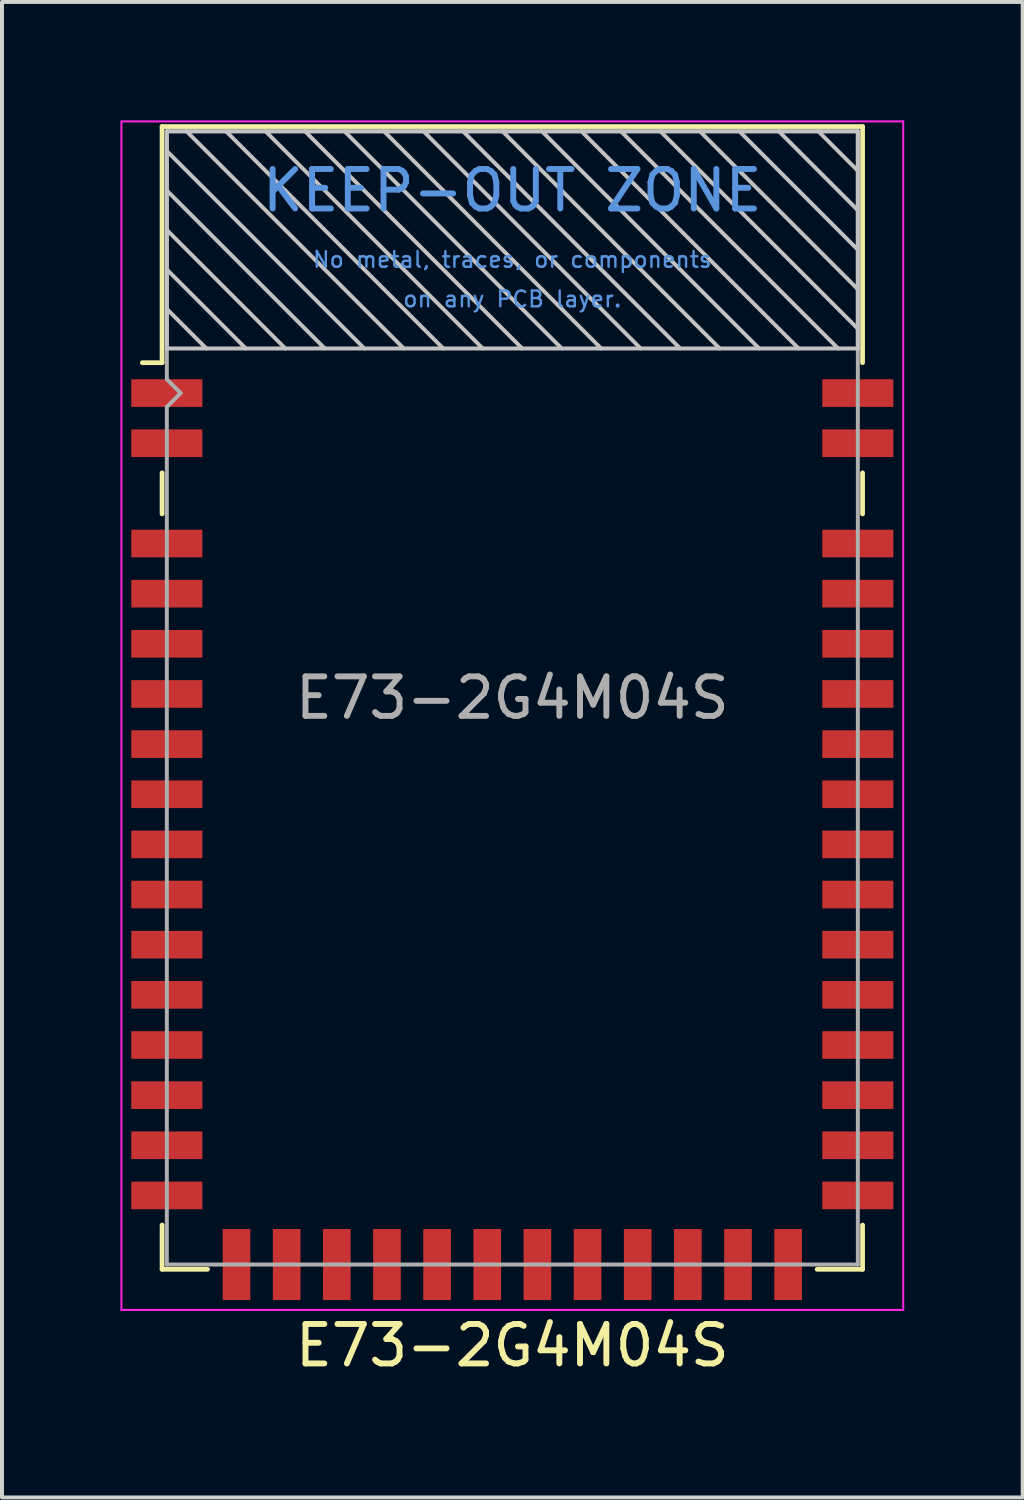
<source format=kicad_pcb>
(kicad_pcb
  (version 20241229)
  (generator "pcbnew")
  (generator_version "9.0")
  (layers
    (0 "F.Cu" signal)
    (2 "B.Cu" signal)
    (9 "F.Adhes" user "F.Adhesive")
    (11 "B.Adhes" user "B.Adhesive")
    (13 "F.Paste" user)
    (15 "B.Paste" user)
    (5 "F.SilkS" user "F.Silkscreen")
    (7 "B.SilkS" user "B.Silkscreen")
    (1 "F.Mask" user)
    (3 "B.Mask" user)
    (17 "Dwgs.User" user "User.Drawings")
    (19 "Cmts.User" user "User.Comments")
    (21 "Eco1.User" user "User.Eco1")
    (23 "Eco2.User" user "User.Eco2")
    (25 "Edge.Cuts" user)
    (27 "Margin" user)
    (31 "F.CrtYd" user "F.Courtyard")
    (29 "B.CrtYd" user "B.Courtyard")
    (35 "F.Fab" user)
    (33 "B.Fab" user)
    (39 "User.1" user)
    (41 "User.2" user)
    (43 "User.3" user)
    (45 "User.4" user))
  (footprint "E73-2G4M04S"
    (layer "F.Cu")
    (at 9.925 14.625)
    (property "Reference" "E73-2G4M04S" (at 0 16.4 0) (layer "F.SilkS") (effects (font (size 1 1) (thickness 0.15))))
    (attr smd)
    (fp_line (start -8.87 -14.47) (end -8.87 -8.49) (stroke (width 0.12) (type solid)) (layer "F.SilkS"))
    (fp_line (start -8.87 -8.49) (end -9.37 -8.49) (stroke (width 0.12) (type solid)) (layer "F.SilkS"))
    (fp_line (start -8.87 -5.7) (end -8.87 -4.66) (stroke (width 0.12) (type solid)) (layer "F.SilkS"))
    (fp_line (start -8.87 14.47) (end -8.87 13.35) (stroke (width 0.12) (type solid)) (layer "F.SilkS"))
    (fp_line (start -8.87 14.47) (end -7.72 14.47) (stroke (width 0.12) (type solid)) (layer "F.SilkS"))
    (fp_line (start 8.87 -14.47) (end -8.87 -14.47) (stroke (width 0.12) (type solid)) (layer "F.SilkS"))
    (fp_line (start 8.87 -14.47) (end 8.87 -8.49) (stroke (width 0.12) (type solid)) (layer "F.SilkS"))
    (fp_line (start 8.87 -5.7) (end 8.87 -4.66) (stroke (width 0.12) (type solid)) (layer "F.SilkS"))
    (fp_line (start 8.87 14.47) (end 7.72 14.47) (stroke (width 0.12) (type solid)) (layer "F.SilkS"))
    (fp_line (start 8.87 14.47) (end 8.87 13.35) (stroke (width 0.12) (type solid)) (layer "F.SilkS"))
    (fp_line (start -8.75 -14.35) (end 8.75 -14.35) (stroke (width 0.1) (type solid)) (layer "Dwgs.User"))
    (fp_line (start -8.75 -13.85) (end -3.75 -8.85) (stroke (width 0.1) (type solid)) (layer "Dwgs.User"))
    (fp_line (start -8.75 -11.85) (end -5.75 -8.85) (stroke (width 0.1) (type solid)) (layer "Dwgs.User"))
    (fp_line (start -8.75 -10.85) (end -6.75 -8.85) (stroke (width 0.1) (type solid)) (layer "Dwgs.User"))
    (fp_line (start -8.75 -9.85) (end -7.75 -8.85) (stroke (width 0.1) (type solid)) (layer "Dwgs.User"))
    (fp_line (start -8.75 -8.85) (end -8.75 -14.35) (stroke (width 0.1) (type solid)) (layer "Dwgs.User"))
    (fp_line (start -7.25 -14.35) (end -1.75 -8.85) (stroke (width 0.1) (type solid)) (layer "Dwgs.User"))
    (fp_line (start -5.25 -14.35) (end 0.25 -8.85) (stroke (width 0.1) (type solid)) (layer "Dwgs.User"))
    (fp_line (start -4.75 -8.85) (end -8.75 -12.85) (stroke (width 0.1) (type solid)) (layer "Dwgs.User"))
    (fp_line (start -3.25 -14.35) (end 2.25 -8.85) (stroke (width 0.1) (type solid)) (layer "Dwgs.User"))
    (fp_line (start -2.75 -8.85) (end -8.25 -14.35) (stroke (width 0.1) (type solid)) (layer "Dwgs.User"))
    (fp_line (start -1.25 -14.35) (end 4.25 -8.85) (stroke (width 0.1) (type solid)) (layer "Dwgs.User"))
    (fp_line (start -0.75 -8.85) (end -6.25 -14.35) (stroke (width 0.1) (type solid)) (layer "Dwgs.User"))
    (fp_line (start 0.75 -14.35) (end 6.25 -8.85) (stroke (width 0.1) (type solid)) (layer "Dwgs.User"))
    (fp_line (start 1.25 -8.85) (end -4.25 -14.35) (stroke (width 0.1) (type solid)) (layer "Dwgs.User"))
    (fp_line (start 2.75 -14.35) (end 8.25 -8.85) (stroke (width 0.1) (type solid)) (layer "Dwgs.User"))
    (fp_line (start 3.25 -8.85) (end -2.25 -14.35) (stroke (width 0.1) (type solid)) (layer "Dwgs.User"))
    (fp_line (start 4.75 -14.35) (end 8.75 -10.35) (stroke (width 0.1) (type solid)) (layer "Dwgs.User"))
    (fp_line (start 5.25 -8.85) (end -0.25 -14.35) (stroke (width 0.1) (type solid)) (layer "Dwgs.User"))
    (fp_line (start 6.75 -14.35) (end 8.75 -12.35) (stroke (width 0.1) (type solid)) (layer "Dwgs.User"))
    (fp_line (start 7.25 -8.85) (end 1.75 -14.35) (stroke (width 0.1) (type solid)) (layer "Dwgs.User"))
    (fp_line (start 8.75 -14.35) (end 8.75 -8.85) (stroke (width 0.1) (type solid)) (layer "Dwgs.User"))
    (fp_line (start 8.75 -13.35) (end 7.75 -14.35) (stroke (width 0.1) (type solid)) (layer "Dwgs.User"))
    (fp_line (start 8.75 -11.35) (end 5.75 -14.35) (stroke (width 0.1) (type solid)) (layer "Dwgs.User"))
    (fp_line (start 8.75 -9.35) (end 3.75 -14.35) (stroke (width 0.1) (type solid)) (layer "Dwgs.User"))
    (fp_line (start 8.75 -8.85) (end -8.75 -8.85) (stroke (width 0.1) (type solid)) (layer "Dwgs.User"))
    (fp_line (start -9.9 -14.6) (end -9.9 15.5) (stroke (width 0.05) (type solid)) (layer "F.CrtYd"))
    (fp_line (start -9.9 15.5) (end 9.9 15.5) (stroke (width 0.05) (type solid)) (layer "F.CrtYd"))
    (fp_line (start 9.9 -14.6) (end -9.9 -14.6) (stroke (width 0.05) (type solid)) (layer "F.CrtYd"))
    (fp_line (start 9.9 15.5) (end 9.9 -14.6) (stroke (width 0.05) (type solid)) (layer "F.CrtYd"))
    (fp_line (start -8.75 -8.07) (end -8.75 -14.35) (stroke (width 0.1) (type solid)) (layer "F.Fab"))
    (fp_line (start -8.75 -8.07) (end -8.4 -7.72) (stroke (width 0.1) (type solid)) (layer "F.Fab"))
    (fp_line (start -8.75 -7.37) (end -8.75 14.35) (stroke (width 0.1) (type solid)) (layer "F.Fab"))
    (fp_line (start -8.75 14.35) (end 8.75 14.35) (stroke (width 0.1) (type solid)) (layer "F.Fab"))
    (fp_line (start -8.4 -7.72) (end -8.75 -7.37) (stroke (width 0.1) (type solid)) (layer "F.Fab"))
    (fp_line (start 8.75 -14.35) (end -8.75 -14.35) (stroke (width 0.1) (type solid)) (layer "F.Fab"))
    (fp_line (start 8.75 14.35) (end 8.75 -14.35) (stroke (width 0.1) (type solid)) (layer "F.Fab"))
    (fp_text user "KEEP-OUT ZONE" (at 0 -12.85 0) (layer "Cmts.User") (effects (font (size 1 1) (thickness 0.15))))
    (fp_text user "No metal, traces, or components" (at 0 -11.1 0) (layer "Cmts.User") (effects (font (size 0.4 0.4) (thickness 0.06))))
    (fp_text user "on any PCB layer." (at 0 -10.1 0) (layer "Cmts.User") (effects (font (size 0.4 0.4) (thickness 0.06))))
    (fp_text user "${REFERENCE}" (at 0 0 0) (layer "F.Fab") (effects (font (size 1 1) (thickness 0.15))))
    (pad "0" smd rect (at -8.75 -7.72) (size 1.8 0.7) (layers "F.Cu" "F.Mask" "F.Paste"))
    (pad "1" smd rect (at -8.75 -6.45) (size 1.8 0.7) (layers "F.Cu" "F.Mask" "F.Paste"))
    (pad "2" smd rect (at -8.75 -3.91) (size 1.8 0.7) (layers "F.Cu" "F.Mask" "F.Paste"))
    (pad "3" smd rect (at -8.75 -2.64) (size 1.8 0.7) (layers "F.Cu" "F.Mask" "F.Paste"))
    (pad "4" smd rect (at -8.75 -1.37) (size 1.8 0.7) (layers "F.Cu" "F.Mask" "F.Paste"))
    (pad "5" smd rect (at -8.75 -0.1) (size 1.8 0.7) (layers "F.Cu" "F.Mask" "F.Paste"))
    (pad "6" smd rect (at -8.75 1.17) (size 1.8 0.7) (layers "F.Cu" "F.Mask" "F.Paste"))
    (pad "7" smd rect (at -8.75 2.44) (size 1.8 0.7) (layers "F.Cu" "F.Mask" "F.Paste"))
    (pad "8" smd rect (at -8.75 3.71) (size 1.8 0.7) (layers "F.Cu" "F.Mask" "F.Paste"))
    (pad "9" smd rect (at -8.75 4.98) (size 1.8 0.7) (layers "F.Cu" "F.Mask" "F.Paste"))
    (pad "10" smd rect (at -8.75 6.25) (size 1.8 0.7) (layers "F.Cu" "F.Mask" "F.Paste"))
    (pad "11" smd rect (at -8.75 7.52) (size 1.8 0.7) (layers "F.Cu" "F.Mask" "F.Paste"))
    (pad "12" smd rect (at -8.75 8.79) (size 1.8 0.7) (layers "F.Cu" "F.Mask" "F.Paste"))
    (pad "13" smd rect (at -8.75 10.06) (size 1.8 0.7) (layers "F.Cu" "F.Mask" "F.Paste"))
    (pad "14" smd rect (at -8.75 11.33) (size 1.8 0.7) (layers "F.Cu" "F.Mask" "F.Paste"))
    (pad "15" smd rect (at -8.75 12.6) (size 1.8 0.7) (layers "F.Cu" "F.Mask" "F.Paste"))
    (pad "16" smd rect (at -6.985 14.35) (size 0.7 1.8) (layers "F.Cu" "F.Mask" "F.Paste"))
    (pad "17" smd rect (at -5.715 14.35) (size 0.7 1.8) (layers "F.Cu" "F.Mask" "F.Paste"))
    (pad "18" smd rect (at -4.445 14.35) (size 0.7 1.8) (layers "F.Cu" "F.Mask" "F.Paste"))
    (pad "19" smd rect (at -3.175 14.35) (size 0.7 1.8) (layers "F.Cu" "F.Mask" "F.Paste"))
    (pad "20" smd rect (at -1.905 14.35) (size 0.7 1.8) (layers "F.Cu" "F.Mask" "F.Paste"))
    (pad "21" smd rect (at -0.635 14.35) (size 0.7 1.8) (layers "F.Cu" "F.Mask" "F.Paste"))
    (pad "22" smd rect (at 0.635 14.35) (size 0.7 1.8) (layers "F.Cu" "F.Mask" "F.Paste"))
    (pad "23" smd rect (at 1.905 14.35) (size 0.7 1.8) (layers "F.Cu" "F.Mask" "F.Paste"))
    (pad "24" smd rect (at 3.175 14.35) (size 0.7 1.8) (layers "F.Cu" "F.Mask" "F.Paste"))
    (pad "25" smd rect (at 4.445 14.35) (size 0.7 1.8) (layers "F.Cu" "F.Mask" "F.Paste"))
    (pad "26" smd rect (at 5.715 14.35) (size 0.7 1.8) (layers "F.Cu" "F.Mask" "F.Paste"))
    (pad "27" smd rect (at 6.985 14.35) (size 0.7 1.8) (layers "F.Cu" "F.Mask" "F.Paste"))
    (pad "28" smd rect (at 8.75 12.6) (size 1.8 0.7) (layers "F.Cu" "F.Mask" "F.Paste"))
    (pad "29" smd rect (at 8.75 11.33) (size 1.8 0.7) (layers "F.Cu" "F.Mask" "F.Paste"))
    (pad "30" smd rect (at 8.75 10.06) (size 1.8 0.7) (layers "F.Cu" "F.Mask" "F.Paste"))
    (pad "31" smd rect (at 8.75 8.79) (size 1.8 0.7) (layers "F.Cu" "F.Mask" "F.Paste"))
    (pad "32" smd rect (at 8.75 7.52) (size 1.8 0.7) (layers "F.Cu" "F.Mask" "F.Paste"))
    (pad "33" smd rect (at 8.75 6.25) (size 1.8 0.7) (layers "F.Cu" "F.Mask" "F.Paste"))
    (pad "34" smd rect (at 8.75 4.98) (size 1.8 0.7) (layers "F.Cu" "F.Mask" "F.Paste"))
    (pad "35" smd rect (at 8.75 3.71) (size 1.8 0.7) (layers "F.Cu" "F.Mask" "F.Paste"))
    (pad "36" smd rect (at 8.75 2.44) (size 1.8 0.7) (layers "F.Cu" "F.Mask" "F.Paste"))
    (pad "37" smd rect (at 8.75 1.17) (size 1.8 0.7) (layers "F.Cu" "F.Mask" "F.Paste"))
    (pad "38" smd rect (at 8.75 -0.1) (size 1.8 0.7) (layers "F.Cu" "F.Mask" "F.Paste"))
    (pad "39" smd rect (at 8.75 -1.37) (size 1.8 0.7) (layers "F.Cu" "F.Mask" "F.Paste"))
    (pad "40" smd rect (at 8.75 -2.64) (size 1.8 0.7) (layers "F.Cu" "F.Mask" "F.Paste"))
    (pad "41" smd rect (at 8.75 -3.91) (size 1.8 0.7) (layers "F.Cu" "F.Mask" "F.Paste"))
    (pad "42" smd rect (at 8.75 -6.45) (size 1.8 0.7) (layers "F.Cu" "F.Mask" "F.Paste"))
    (pad "43" smd rect (at 8.75 -7.72) (size 1.8 0.7) (layers "F.Cu" "F.Mask" "F.Paste")))
  (gr_rect
    (start -3 -3)
    (end 22.85 34.873)
    (stroke (width 0.1) (type default))
    (fill no)
    (layer "Edge.Cuts")))
</source>
